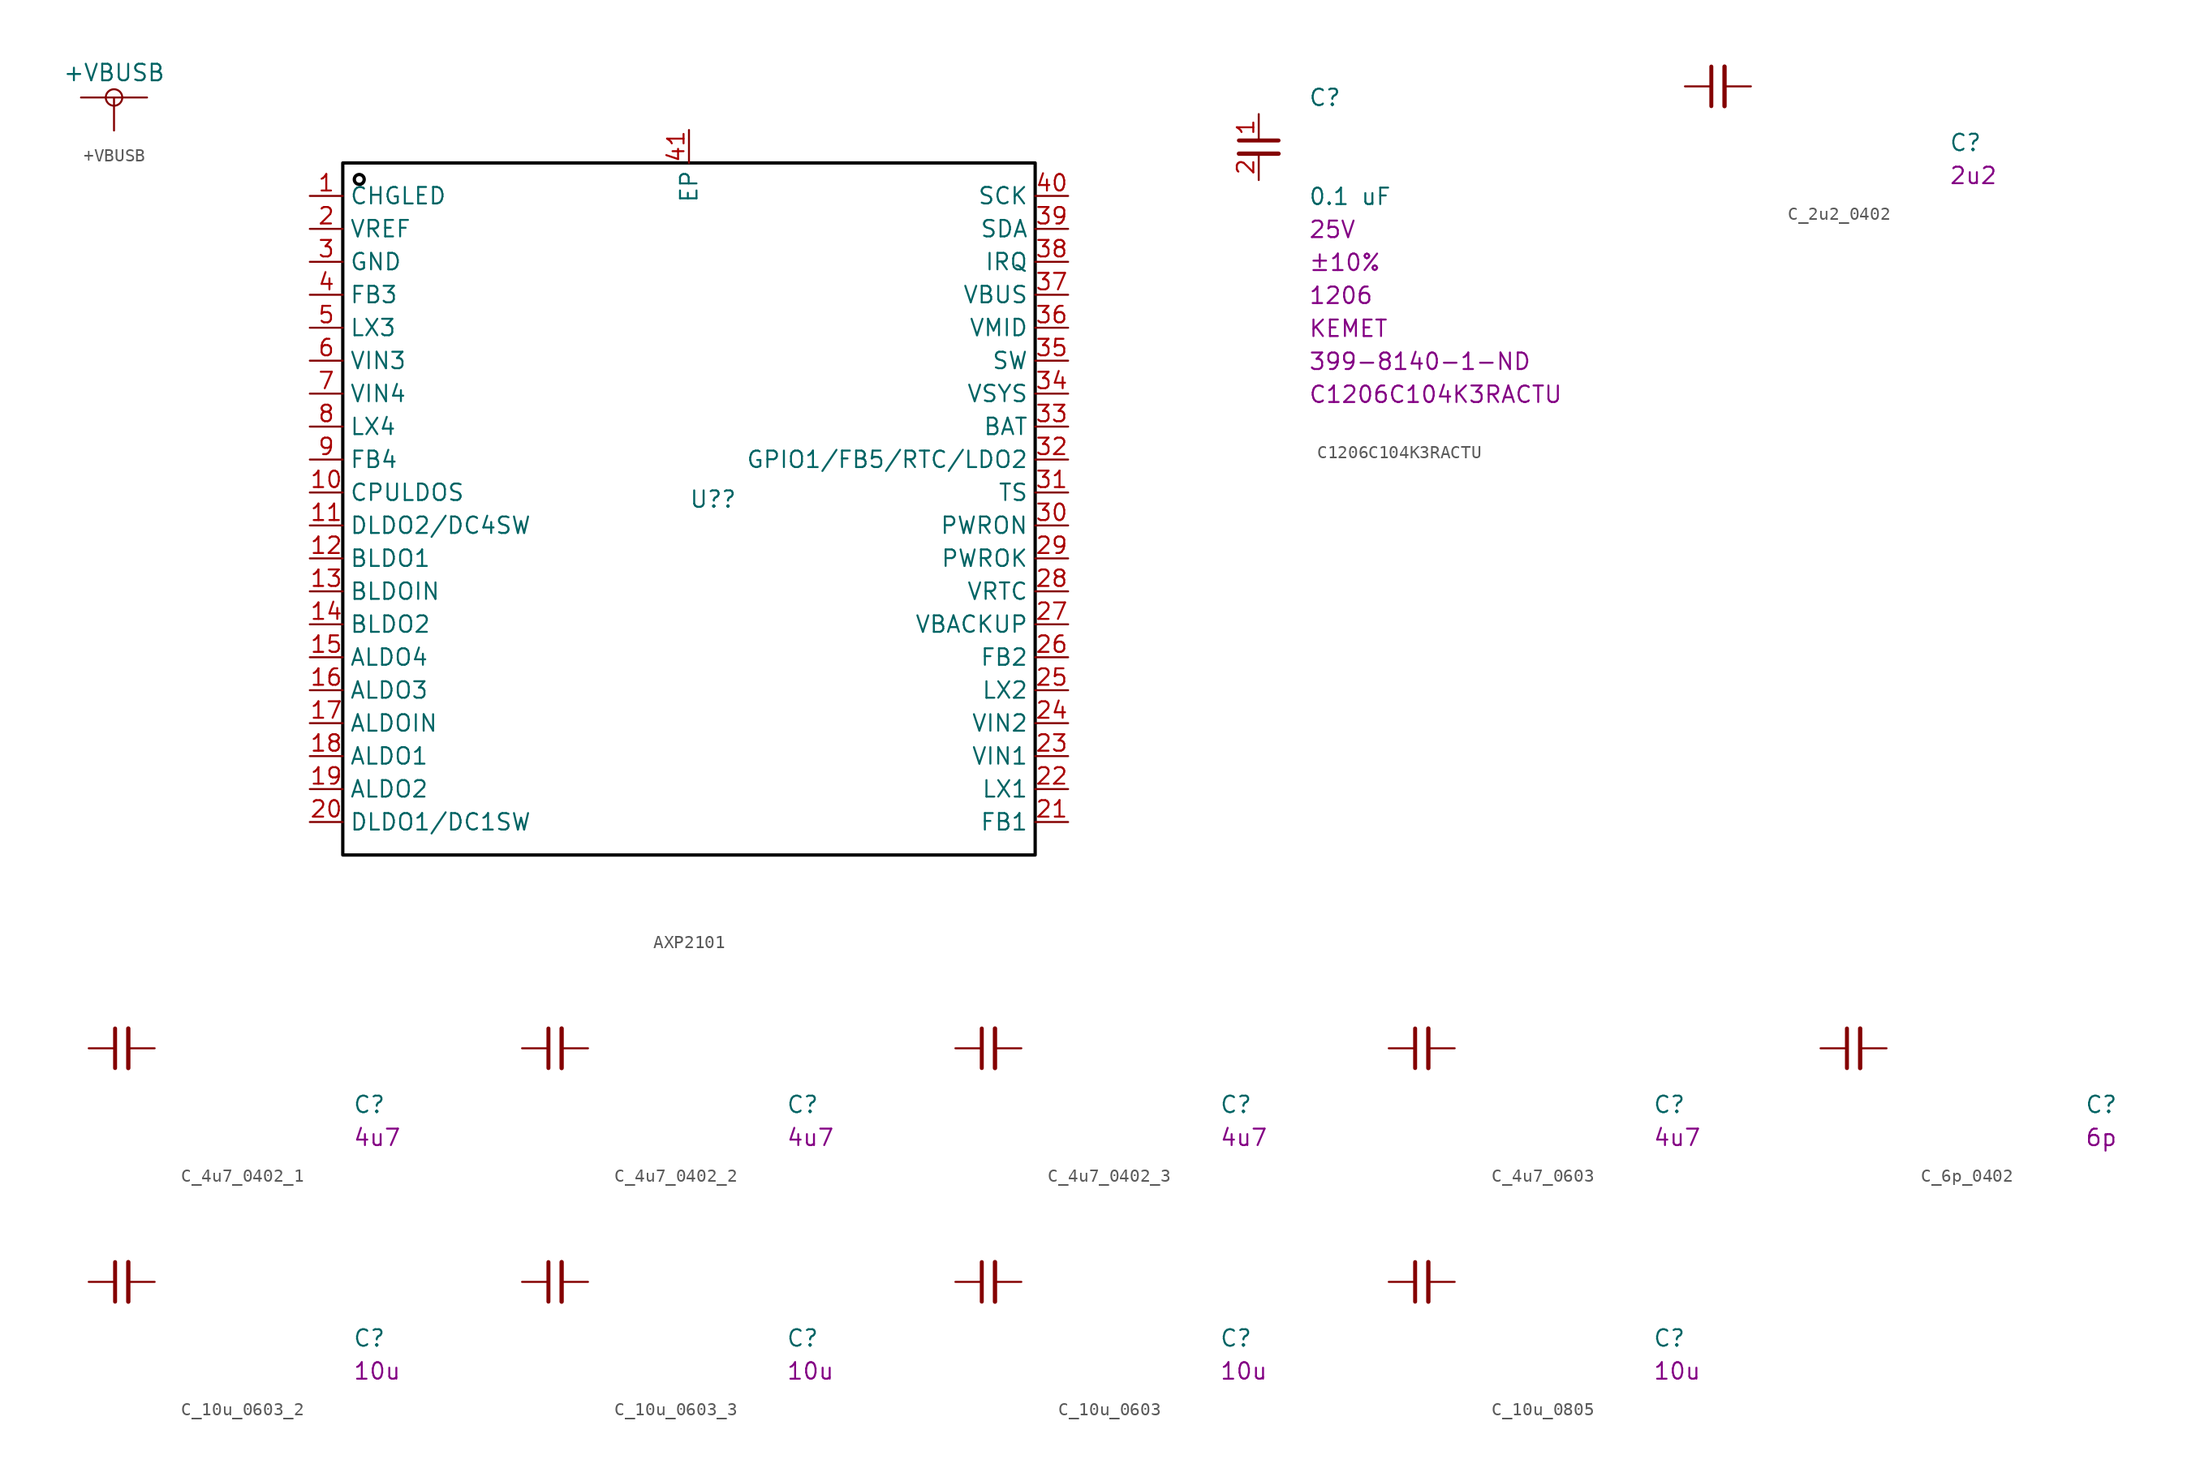
<source format=kicad_sym>
(kicad_symbol_lib
  (version 20231120)
  (generator "kicad_symbol_editor")
  (generator_version "8.0")
  (symbol "+VBUSB"
    (power)
    (pin_names
      (offset 0))
    (property "Reference" "#PWR"
      (at 0 -3.81 0)
      (effects (font (size 1.27 1.27)) (hide yes)))
    (property "Value" "+VBUSB"
      (at 0 4.445 0)
      (effects (font (size 1.27 1.27))))
    (symbol "+VBUSB_0_1"
      (polyline (pts (xy 0 0) (xy 0 2.54) (xy 2.54 2.54) (xy 0 2.54) (xy -2.54 2.54)) (stroke (width 0) (type solid)) (fill (type none)))
      (circle (center 0 2.54) (radius 0.635) (stroke (width 0) (type solid)) (fill (type none))))
    (symbol "+VBUSB_1_1"
      (pin power_in line (at 0 0 90) (length 0) hide (name "+VBUSB" (effects (font (size 1.27 1.27)))) (number "1" (effects (font (size 1.27 1.27)))))))
  (symbol "AXP2101"
    (property "Reference" "U?"
      (at 0 0 0)
      (effects (font (size 1.27 1.27)) (justify left bottom)))
    (symbol "AXP2101_1_0"
      (rectangle (start -26.67 26.67) (end 26.67 -26.67) (stroke (width 0.254) (type solid) (color 0 0 0 1)) (fill (type none)))
      (circle (center -25.4 25.4) (radius 0.381) (stroke (width 0.254) (type solid) (color 0 0 0 1)) (fill (type none)))
      (pin passive line (at -29.21 24.13 0) (length 2.54) (name "CHGLED" (effects (font (size 1.27 1.27)))) (number "1" (effects (font (size 1.27 1.27)))))
      (pin passive line (at -29.21 1.27 0) (length 2.54) (name "CPULDOS" (effects (font (size 1.27 1.27)))) (number "10" (effects (font (size 1.27 1.27)))))
      (pin passive line (at -29.21 -1.27 0) (length 2.54) (name "DLDO2/DC4SW" (effects (font (size 1.27 1.27)))) (number "11" (effects (font (size 1.27 1.27)))))
      (pin passive line (at -29.21 -3.81 0) (length 2.54) (name "BLDO1" (effects (font (size 1.27 1.27)))) (number "12" (effects (font (size 1.27 1.27)))))
      (pin passive line (at -29.21 -6.35 0) (length 2.54) (name "BLDOIN" (effects (font (size 1.27 1.27)))) (number "13" (effects (font (size 1.27 1.27)))))
      (pin passive line (at -29.21 -8.89 0) (length 2.54) (name "BLDO2" (effects (font (size 1.27 1.27)))) (number "14" (effects (font (size 1.27 1.27)))))
      (pin passive line (at -29.21 -11.43 0) (length 2.54) (name "ALDO4" (effects (font (size 1.27 1.27)))) (number "15" (effects (font (size 1.27 1.27)))))
      (pin passive line (at -29.21 -13.97 0) (length 2.54) (name "ALDO3" (effects (font (size 1.27 1.27)))) (number "16" (effects (font (size 1.27 1.27)))))
      (pin passive line (at -29.21 -16.51 0) (length 2.54) (name "ALDOIN" (effects (font (size 1.27 1.27)))) (number "17" (effects (font (size 1.27 1.27)))))
      (pin passive line (at -29.21 -19.05 0) (length 2.54) (name "ALDO1" (effects (font (size 1.27 1.27)))) (number "18" (effects (font (size 1.27 1.27)))))
      (pin passive line (at -29.21 -21.59 0) (length 2.54) (name "ALDO2" (effects (font (size 1.27 1.27)))) (number "19" (effects (font (size 1.27 1.27)))))
      (pin passive line (at -29.21 21.59 0) (length 2.54) (name "VREF" (effects (font (size 1.27 1.27)))) (number "2" (effects (font (size 1.27 1.27)))))
      (pin passive line (at -29.21 -24.13 0) (length 2.54) (name "DLDO1/DC1SW" (effects (font (size 1.27 1.27)))) (number "20" (effects (font (size 1.27 1.27)))))
      (pin passive line (at 29.21 -24.13 180) (length 2.54) (name "FB1" (effects (font (size 1.27 1.27)))) (number "21" (effects (font (size 1.27 1.27)))))
      (pin passive line (at 29.21 -21.59 180) (length 2.54) (name "LX1" (effects (font (size 1.27 1.27)))) (number "22" (effects (font (size 1.27 1.27)))))
      (pin passive line (at 29.21 -19.05 180) (length 2.54) (name "VIN1" (effects (font (size 1.27 1.27)))) (number "23" (effects (font (size 1.27 1.27)))))
      (pin passive line (at 29.21 -16.51 180) (length 2.54) (name "VIN2" (effects (font (size 1.27 1.27)))) (number "24" (effects (font (size 1.27 1.27)))))
      (pin passive line (at 29.21 -13.97 180) (length 2.54) (name "LX2" (effects (font (size 1.27 1.27)))) (number "25" (effects (font (size 1.27 1.27)))))
      (pin passive line (at 29.21 -11.43 180) (length 2.54) (name "FB2" (effects (font (size 1.27 1.27)))) (number "26" (effects (font (size 1.27 1.27)))))
      (pin passive line (at 29.21 -8.89 180) (length 2.54) (name "VBACKUP" (effects (font (size 1.27 1.27)))) (number "27" (effects (font (size 1.27 1.27)))))
      (pin passive line (at 29.21 -6.35 180) (length 2.54) (name "VRTC" (effects (font (size 1.27 1.27)))) (number "28" (effects (font (size 1.27 1.27)))))
      (pin passive line (at 29.21 -3.81 180) (length 2.54) (name "PWROK" (effects (font (size 1.27 1.27)))) (number "29" (effects (font (size 1.27 1.27)))))
      (pin passive line (at -29.21 19.05 0) (length 2.54) (name "GND" (effects (font (size 1.27 1.27)))) (number "3" (effects (font (size 1.27 1.27)))))
      (pin passive line (at 29.21 -1.27 180) (length 2.54) (name "PWRON" (effects (font (size 1.27 1.27)))) (number "30" (effects (font (size 1.27 1.27)))))
      (pin passive line (at 29.21 1.27 180) (length 2.54) (name "TS" (effects (font (size 1.27 1.27)))) (number "31" (effects (font (size 1.27 1.27)))))
      (pin passive line (at 29.21 3.81 180) (length 2.54) (name "GPIO1/FB5/RTC/LDO2" (effects (font (size 1.27 1.27)))) (number "32" (effects (font (size 1.27 1.27)))))
      (pin passive line (at 29.21 6.35 180) (length 2.54) (name "BAT" (effects (font (size 1.27 1.27)))) (number "33" (effects (font (size 1.27 1.27)))))
      (pin passive line (at 29.21 8.89 180) (length 2.54) (name "VSYS" (effects (font (size 1.27 1.27)))) (number "34" (effects (font (size 1.27 1.27)))))
      (pin passive line (at 29.21 11.43 180) (length 2.54) (name "SW" (effects (font (size 1.27 1.27)))) (number "35" (effects (font (size 1.27 1.27)))))
      (pin passive line (at 29.21 13.97 180) (length 2.54) (name "VMID" (effects (font (size 1.27 1.27)))) (number "36" (effects (font (size 1.27 1.27)))))
      (pin passive line (at 29.21 16.51 180) (length 2.54) (name "VBUS" (effects (font (size 1.27 1.27)))) (number "37" (effects (font (size 1.27 1.27)))))
      (pin passive line (at 29.21 19.05 180) (length 2.54) (name "IRQ" (effects (font (size 1.27 1.27)))) (number "38" (effects (font (size 1.27 1.27)))))
      (pin passive line (at 29.21 21.59 180) (length 2.54) (name "SDA" (effects (font (size 1.27 1.27)))) (number "39" (effects (font (size 1.27 1.27)))))
      (pin passive line (at -29.21 16.51 0) (length 2.54) (name "FB3" (effects (font (size 1.27 1.27)))) (number "4" (effects (font (size 1.27 1.27)))))
      (pin passive line (at 29.21 24.13 180) (length 2.54) (name "SCK" (effects (font (size 1.27 1.27)))) (number "40" (effects (font (size 1.27 1.27)))))
      (pin passive line (at 0 29.21 270) (length 2.54) (name "EP" (effects (font (size 1.27 1.27)))) (number "41" (effects (font (size 1.27 1.27)))))
      (pin passive line (at -29.21 13.97 0) (length 2.54) (name "LX3" (effects (font (size 1.27 1.27)))) (number "5" (effects (font (size 1.27 1.27)))))
      (pin passive line (at -29.21 11.43 0) (length 2.54) (name "VIN3" (effects (font (size 1.27 1.27)))) (number "6" (effects (font (size 1.27 1.27)))))
      (pin passive line (at -29.21 8.89 0) (length 2.54) (name "VIN4" (effects (font (size 1.27 1.27)))) (number "7" (effects (font (size 1.27 1.27)))))
      (pin passive line (at -29.21 6.35 0) (length 2.54) (name "LX4" (effects (font (size 1.27 1.27)))) (number "8" (effects (font (size 1.27 1.27)))))
      (pin passive line (at -29.21 3.81 0) (length 2.54) (name "FB4" (effects (font (size 1.27 1.27)))) (number "9" (effects (font (size 1.27 1.27)))))))
  (symbol "C1206C104K3RACTU"
    (pin_names
      (offset 1.016))
    (property "Reference" "C"
      (at 3.81 3.81 0)
      (effects (font (size 1.27 1.27)) (justify left)))
    (property "Value" "0.1 uF"
      (at 3.81 -3.81 0)
      (effects (font (size 1.27 1.27)) (justify left)))
    (property "Tolerance" "±10%"
      (at 3.81 -8.89 0)
      (effects (font (size 1.27 1.27)) (justify left)))
    (property "MAX Voltage" "25V"
      (at 3.81 -6.35 0)
      (effects (font (size 1.27 1.27)) (justify left)))
    (property "Chip Set" "1206"
      (at 3.81 -11.43 0)
      (effects (font (size 1.27 1.27)) (justify left)))
    (property "Manufacturer" "KEMET"
      (at 3.81 -13.97 0)
      (effects (font (size 1.27 1.27)) (justify left)))
    (property "MPN" "C1206C104K3RACTU"
      (at 3.81 -19.05 0)
      (effects (font (size 1.27 1.27)) (justify left)))
    (property "Digi-Key_PN" "399-8140-1-ND"
      (at 3.81 -16.51 0)
      (effects (font (size 1.27 1.27)) (justify left)))
    (symbol "C1206C104K3RACTU_1_1"
      (polyline (pts (xy -1.524 -0.508) (xy 1.524 -0.508)) (stroke (width 0.33) (type solid)) (fill (type none)))
      (polyline (pts (xy -1.524 0.508) (xy 1.524 0.508)) (stroke (width 0.305) (type solid)) (fill (type none)))
      (pin passive line (at 0 2.54 270) (length 2.032) (name "~" (effects (font (size 1.27 1.27)))) (number "1" (effects (font (size 1.27 1.27)))))
      (pin passive line (at 0 -2.54 90) (length 2.032) (name "~" (effects (font (size 1.27 1.27)))) (number "2" (effects (font (size 1.27 1.27)))))))
  (symbol "C_2u2_0402"
    (pin_numbers hide)
    (pin_names hide)
    (property "Reference" "C"
      (at 20.32 -5.08 0)
      (effects (font (size 1.27 1.27) (thickness 0.15)) (justify left bottom)))
    (property "Val" "2u2"
      (at 20.32 -7.62 0)
      (effects (font (size 1.27 1.27) (thickness 0.15)) (justify left bottom)))
    (symbol "C_2u2_0402_0_1"
      (polyline (pts (xy 2.032 -1.524) (xy 2.032 1.524)) (stroke (width 0.305) (type default)) (fill (type none)))
      (polyline (pts (xy 3.048 -1.524) (xy 3.048 1.524)) (stroke (width 0.33) (type default)) (fill (type none))))
    (symbol "C_2u2_0402_1_1"
      (pin passive line (at 0 0 0) (length 2.032) (name "~" (effects (font (size 1.27 1.27)))) (number "1" (effects (font (size 1.27 1.27)))))
      (pin passive line (at 5.08 0 180) (length 2.032) (name "~" (effects (font (size 1.27 1.27)))) (number "2" (effects (font (size 1.27 1.27)))))))
  (symbol "C_4u7_0402_1"
    (pin_numbers hide)
    (pin_names hide)
    (property "Reference" "C"
      (at 20.32 -5.08 0)
      (effects (font (size 1.27 1.27) (thickness 0.15)) (justify left bottom)))
    (property "Val" "4u7"
      (at 20.32 -7.62 0)
      (effects (font (size 1.27 1.27) (thickness 0.15)) (justify left bottom)))
    (symbol "C_4u7_0402_1_0_1"
      (polyline (pts (xy 2.032 -1.524) (xy 2.032 1.524)) (stroke (width 0.305) (type default)) (fill (type none)))
      (polyline (pts (xy 3.048 -1.524) (xy 3.048 1.524)) (stroke (width 0.33) (type default)) (fill (type none))))
    (symbol "C_4u7_0402_1_1_1"
      (pin passive line (at 0 0 0) (length 2.032) (name "~" (effects (font (size 1.27 1.27)))) (number "1" (effects (font (size 1.27 1.27)))))
      (pin passive line (at 5.08 0 180) (length 2.032) (name "~" (effects (font (size 1.27 1.27)))) (number "2" (effects (font (size 1.27 1.27)))))))
  (symbol "C_4u7_0402_2"
    (pin_numbers hide)
    (pin_names hide)
    (property "Reference" "C"
      (at 20.32 -5.08 0)
      (effects (font (size 1.27 1.27) (thickness 0.15)) (justify left bottom)))
    (property "Val" "4u7"
      (at 20.32 -7.62 0)
      (effects (font (size 1.27 1.27) (thickness 0.15)) (justify left bottom)))
    (symbol "C_4u7_0402_2_0_1"
      (polyline (pts (xy 2.032 -1.524) (xy 2.032 1.524)) (stroke (width 0.305) (type default)) (fill (type none)))
      (polyline (pts (xy 3.048 -1.524) (xy 3.048 1.524)) (stroke (width 0.33) (type default)) (fill (type none))))
    (symbol "C_4u7_0402_2_1_1"
      (pin passive line (at 0 0 0) (length 2.032) (name "~" (effects (font (size 1.27 1.27)))) (number "1" (effects (font (size 1.27 1.27)))))
      (pin passive line (at 5.08 0 180) (length 2.032) (name "~" (effects (font (size 1.27 1.27)))) (number "2" (effects (font (size 1.27 1.27)))))))
  (symbol "C_4u7_0402_3"
    (pin_numbers hide)
    (pin_names hide)
    (property "Reference" "C"
      (at 20.32 -5.08 0)
      (effects (font (size 1.27 1.27) (thickness 0.15)) (justify left bottom)))
    (property "Val" "4u7"
      (at 20.32 -7.62 0)
      (effects (font (size 1.27 1.27) (thickness 0.15)) (justify left bottom)))
    (symbol "C_4u7_0402_3_0_1"
      (polyline (pts (xy 2.032 -1.524) (xy 2.032 1.524)) (stroke (width 0.305) (type default)) (fill (type none)))
      (polyline (pts (xy 3.048 -1.524) (xy 3.048 1.524)) (stroke (width 0.33) (type default)) (fill (type none))))
    (symbol "C_4u7_0402_3_1_1"
      (pin passive line (at 0 0 0) (length 2.032) (name "~" (effects (font (size 1.27 1.27)))) (number "1" (effects (font (size 1.27 1.27)))))
      (pin passive line (at 5.08 0 180) (length 2.032) (name "~" (effects (font (size 1.27 1.27)))) (number "2" (effects (font (size 1.27 1.27)))))))
  (symbol "C_4u7_0603"
    (pin_numbers hide)
    (pin_names hide)
    (property "Reference" "C"
      (at 20.32 -5.08 0)
      (effects (font (size 1.27 1.27) (thickness 0.15)) (justify left bottom)))
    (property "Val" "4u7"
      (at 20.32 -7.62 0)
      (effects (font (size 1.27 1.27) (thickness 0.15)) (justify left bottom)))
    (symbol "C_4u7_0603_0_1"
      (polyline (pts (xy 2.032 -1.524) (xy 2.032 1.524)) (stroke (width 0.305) (type default)) (fill (type none)))
      (polyline (pts (xy 3.048 -1.524) (xy 3.048 1.524)) (stroke (width 0.33) (type default)) (fill (type none))))
    (symbol "C_4u7_0603_1_1"
      (pin passive line (at 0 0 0) (length 2.032) (name "~" (effects (font (size 1.27 1.27)))) (number "1" (effects (font (size 1.27 1.27)))))
      (pin passive line (at 5.08 0 180) (length 2.032) (name "~" (effects (font (size 1.27 1.27)))) (number "2" (effects (font (size 1.27 1.27)))))))
  (symbol "C_6p_0402"
    (pin_numbers hide)
    (pin_names hide)
    (property "Reference" "C"
      (at 20.32 -5.08 0)
      (effects (font (size 1.27 1.27) (thickness 0.15)) (justify left bottom)))
    (property "Val" "6p"
      (at 20.32 -7.62 0)
      (effects (font (size 1.27 1.27) (thickness 0.15)) (justify left bottom)))
    (symbol "C_6p_0402_0_1"
      (polyline (pts (xy 2.032 -1.524) (xy 2.032 1.524)) (stroke (width 0.305) (type default)) (fill (type none)))
      (polyline (pts (xy 3.048 -1.524) (xy 3.048 1.524)) (stroke (width 0.33) (type default)) (fill (type none))))
    (symbol "C_6p_0402_1_1"
      (pin passive line (at 0 0 0) (length 2.032) (name "~" (effects (font (size 1.27 1.27)))) (number "1" (effects (font (size 1.27 1.27)))))
      (pin passive line (at 5.08 0 180) (length 2.032) (name "~" (effects (font (size 1.27 1.27)))) (number "2" (effects (font (size 1.27 1.27)))))))
  (symbol "C_10u_0603_2"
    (pin_numbers hide)
    (pin_names hide)
    (property "Reference" "C"
      (at 20.32 -5.08 0)
      (effects (font (size 1.27 1.27) (thickness 0.15)) (justify left bottom)))
    (property "Val" "10u"
      (at 20.32 -7.62 0)
      (effects (font (size 1.27 1.27) (thickness 0.15)) (justify left bottom)))
    (symbol "C_10u_0603_2_0_1"
      (polyline (pts (xy 2.032 -1.524) (xy 2.032 1.524)) (stroke (width 0.305) (type default)) (fill (type none)))
      (polyline (pts (xy 3.048 -1.524) (xy 3.048 1.524)) (stroke (width 0.33) (type default)) (fill (type none))))
    (symbol "C_10u_0603_2_1_1"
      (pin passive line (at 0 0 0) (length 2.032) (name "~" (effects (font (size 1.27 1.27)))) (number "1" (effects (font (size 1.27 1.27)))))
      (pin passive line (at 5.08 0 180) (length 2.032) (name "~" (effects (font (size 1.27 1.27)))) (number "2" (effects (font (size 1.27 1.27)))))))
  (symbol "C_10u_0603_3"
    (pin_numbers hide)
    (pin_names hide)
    (property "Reference" "C"
      (at 20.32 -5.08 0)
      (effects (font (size 1.27 1.27) (thickness 0.15)) (justify left bottom)))
    (property "Val" "10u"
      (at 20.32 -7.62 0)
      (effects (font (size 1.27 1.27) (thickness 0.15)) (justify left bottom)))
    (symbol "C_10u_0603_3_0_1"
      (polyline (pts (xy 2.032 -1.524) (xy 2.032 1.524)) (stroke (width 0.305) (type default)) (fill (type none)))
      (polyline (pts (xy 3.048 -1.524) (xy 3.048 1.524)) (stroke (width 0.33) (type default)) (fill (type none))))
    (symbol "C_10u_0603_3_1_1"
      (pin passive line (at 0 0 0) (length 2.032) (name "~" (effects (font (size 1.27 1.27)))) (number "1" (effects (font (size 1.27 1.27)))))
      (pin passive line (at 5.08 0 180) (length 2.032) (name "~" (effects (font (size 1.27 1.27)))) (number "2" (effects (font (size 1.27 1.27)))))))
  (symbol "C_10u_0603"
    (pin_numbers hide)
    (pin_names hide)
    (property "Reference" "C"
      (at 20.32 -5.08 0)
      (effects (font (size 1.27 1.27) (thickness 0.15)) (justify left bottom)))
    (property "Val" "10u"
      (at 20.32 -7.62 0)
      (effects (font (size 1.27 1.27) (thickness 0.15)) (justify left bottom)))
    (symbol "C_10u_0603_0_1"
      (polyline (pts (xy 2.032 -1.524) (xy 2.032 1.524)) (stroke (width 0.305) (type default)) (fill (type none)))
      (polyline (pts (xy 3.048 -1.524) (xy 3.048 1.524)) (stroke (width 0.33) (type default)) (fill (type none))))
    (symbol "C_10u_0603_1_1"
      (pin passive line (at 0 0 0) (length 2.032) (name "~" (effects (font (size 1.27 1.27)))) (number "1" (effects (font (size 1.27 1.27)))))
      (pin passive line (at 5.08 0 180) (length 2.032) (name "~" (effects (font (size 1.27 1.27)))) (number "2" (effects (font (size 1.27 1.27)))))))
  (symbol "C_10u_0805"
    (pin_numbers hide)
    (pin_names hide)
    (property "Reference" "C"
      (at 20.32 -5.08 0)
      (effects (font (size 1.27 1.27) (thickness 0.15)) (justify left bottom)))
    (property "Val" "10u"
      (at 20.32 -7.62 0)
      (effects (font (size 1.27 1.27) (thickness 0.15)) (justify left bottom)))
    (symbol "C_10u_0805_0_1"
      (polyline (pts (xy 2.032 -1.524) (xy 2.032 1.524)) (stroke (width 0.305) (type default)) (fill (type none)))
      (polyline (pts (xy 3.048 -1.524) (xy 3.048 1.524)) (stroke (width 0.33) (type default)) (fill (type none))))
    (symbol "C_10u_0805_1_1"
      (pin passive line (at 0 0 0) (length 2.032) (name "~" (effects (font (size 1.27 1.27)))) (number "1" (effects (font (size 1.27 1.27)))))
      (pin passive line (at 5.08 0 180) (length 2.032) (name "~" (effects (font (size 1.27 1.27)))) (number "2" (effects (font (size 1.27 1.27))))))))
</source>
